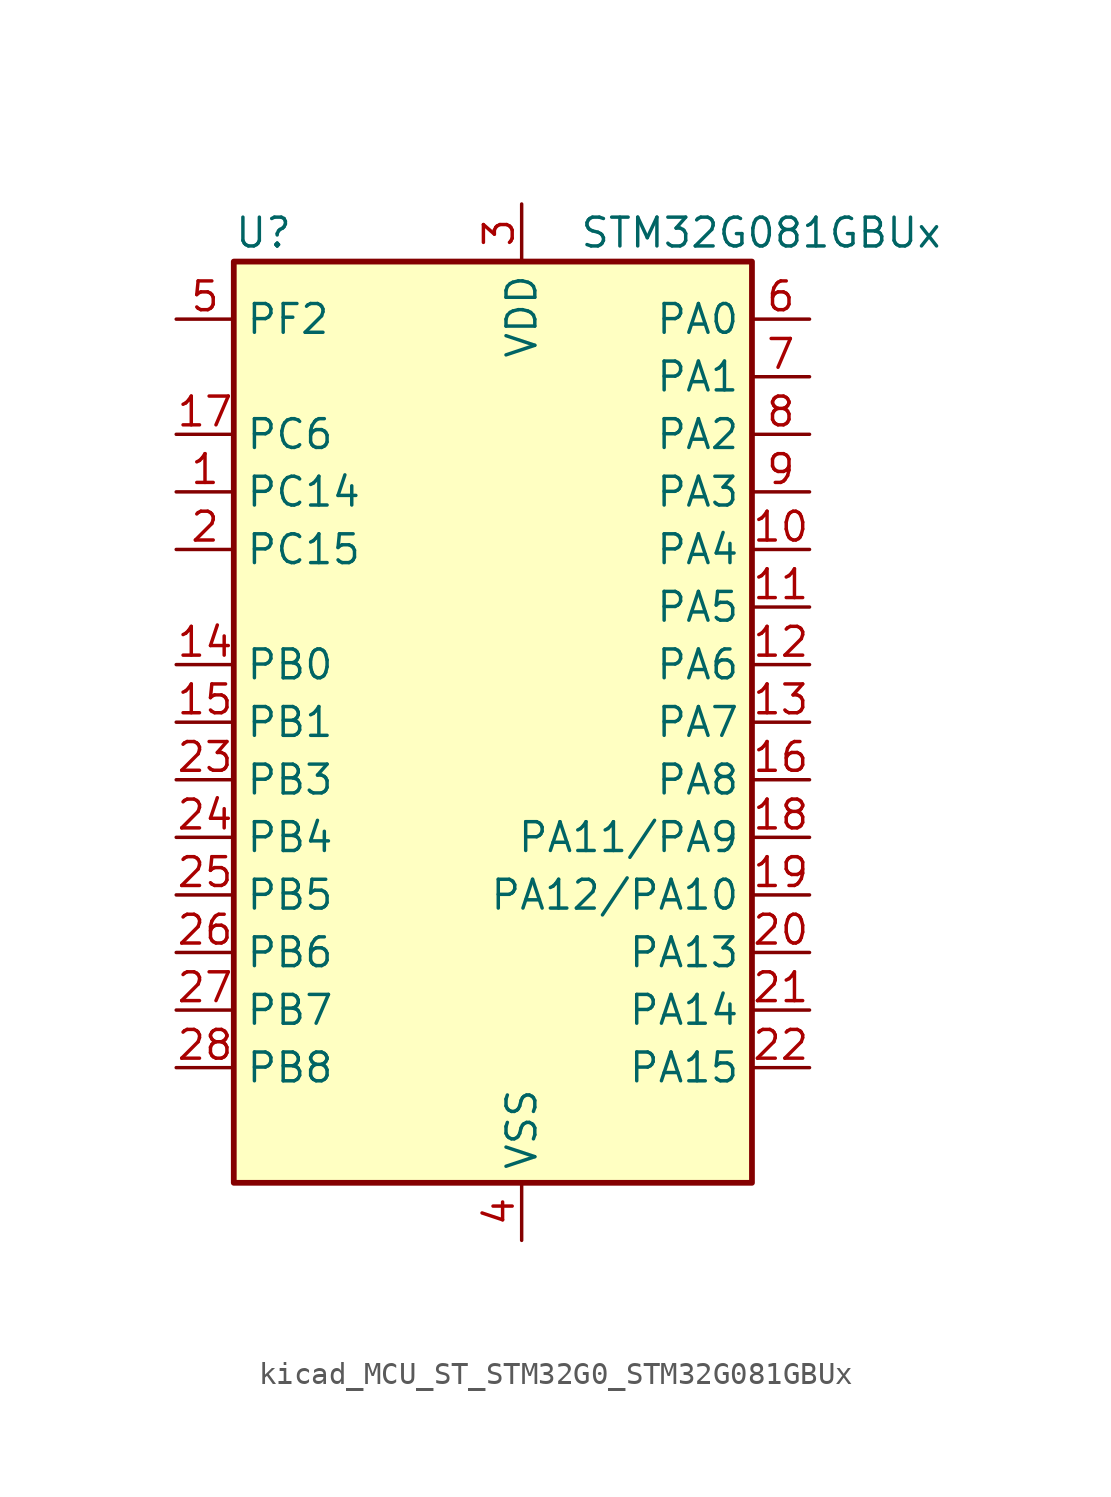
<source format=kicad_sym>
(kicad_symbol_lib
  (version 20220914)
  (generator kicad_symbol_editor)
  (symbol "kicad_MCU_ST_STM32G0_STM32G081GBUx"
    (property "Reference" "U"
      (at -10.16 21.59 0)
      (effects (font (size 1.27 1.27)) (justify left)))
    (property "Value" "STM32G081GBUx"
      (at 5.08 21.59 0)
      (effects (font (size 1.27 1.27)) (justify left)))
    (property "ki_locked" ""
      (at 0 0 0)
      (effects (font (size 1.27 1.27))))
    (symbol "kicad_MCU_ST_STM32G0_STM32G081GBUx_0_1"
      (rectangle (start -10.16 -20.32) (end 12.7 20.32) (stroke (width 0.254) (type default)) (fill (type background))))
    (symbol "kicad_MCU_ST_STM32G0_STM32G081GBUx_1_1"
      (pin bidirectional line (at -12.7 10.16 0) (length 2.54) (name "PC14" (effects (font (size 1.27 1.27)))) (number "1" (effects (font (size 1.27 1.27)))) (alternate "RCC_OSC32_IN" bidirectional line) (alternate "RCC_OSC_IN" bidirectional line) (alternate "TIM1_BK2" bidirectional line))
      (pin bidirectional line (at 15.24 7.62 180) (length 2.54) (name "PA4" (effects (font (size 1.27 1.27)))) (number "10" (effects (font (size 1.27 1.27)))) (alternate "ADC1_IN4" bidirectional line) (alternate "DAC1_OUT1" bidirectional line) (alternate "I2S1_WS" bidirectional line) (alternate "LPTIM2_OUT" bidirectional line) (alternate "RTC_OUT_ALARM" bidirectional line) (alternate "RTC_OUT_CALIB" bidirectional line) (alternate "RTC_TAMP_IN1" bidirectional line) (alternate "RTC_TS" bidirectional line) (alternate "SPI1_NSS" bidirectional line) (alternate "SPI2_MOSI" bidirectional line) (alternate "SYS_WKUP2" bidirectional line) (alternate "TIM14_CH1" bidirectional line))
      (pin bidirectional line (at 15.24 5.08 180) (length 2.54) (name "PA5" (effects (font (size 1.27 1.27)))) (number "11" (effects (font (size 1.27 1.27)))) (alternate "ADC1_IN5" bidirectional line) (alternate "CEC" bidirectional line) (alternate "DAC1_OUT2" bidirectional line) (alternate "I2S1_CK" bidirectional line) (alternate "LPTIM2_ETR" bidirectional line) (alternate "SPI1_SCK" bidirectional line) (alternate "TIM2_CH1" bidirectional line) (alternate "TIM2_ETR" bidirectional line) (alternate "UCPD1_FRSTX1" bidirectional line) (alternate "UCPD1_FRSTX2" bidirectional line) (alternate "USART3_TX" bidirectional line))
      (pin bidirectional line (at 15.24 2.54 180) (length 2.54) (name "PA6" (effects (font (size 1.27 1.27)))) (number "12" (effects (font (size 1.27 1.27)))) (alternate "ADC1_IN6" bidirectional line) (alternate "COMP1_OUT" bidirectional line) (alternate "I2S1_MCK" bidirectional line) (alternate "LPUART1_CTS" bidirectional line) (alternate "SPI1_MISO" bidirectional line) (alternate "TIM16_CH1" bidirectional line) (alternate "TIM1_BK" bidirectional line) (alternate "TIM3_CH1" bidirectional line) (alternate "USART3_CTS" bidirectional line) (alternate "USART3_NSS" bidirectional line))
      (pin bidirectional line (at 15.24 0 180) (length 2.54) (name "PA7" (effects (font (size 1.27 1.27)))) (number "13" (effects (font (size 1.27 1.27)))) (alternate "ADC1_IN7" bidirectional line) (alternate "COMP2_OUT" bidirectional line) (alternate "I2S1_SD" bidirectional line) (alternate "SPI1_MOSI" bidirectional line) (alternate "TIM14_CH1" bidirectional line) (alternate "TIM17_CH1" bidirectional line) (alternate "TIM1_CH1N" bidirectional line) (alternate "TIM3_CH2" bidirectional line) (alternate "UCPD1_FRSTX1" bidirectional line) (alternate "UCPD1_FRSTX2" bidirectional line))
      (pin bidirectional line (at -12.7 2.54 0) (length 2.54) (name "PB0" (effects (font (size 1.27 1.27)))) (number "14" (effects (font (size 1.27 1.27)))) (alternate "ADC1_IN8" bidirectional line) (alternate "COMP1_OUT" bidirectional line) (alternate "I2S1_WS" bidirectional line) (alternate "LPTIM1_OUT" bidirectional line) (alternate "SPI1_NSS" bidirectional line) (alternate "TIM1_CH2N" bidirectional line) (alternate "TIM3_CH3" bidirectional line) (alternate "UCPD1_FRSTX1" bidirectional line) (alternate "UCPD1_FRSTX2" bidirectional line) (alternate "USART3_RX" bidirectional line))
      (pin bidirectional line (at -12.7 0 0) (length 2.54) (name "PB1" (effects (font (size 1.27 1.27)))) (number "15" (effects (font (size 1.27 1.27)))) (alternate "ADC1_IN9" bidirectional line) (alternate "COMP1_INM" bidirectional line) (alternate "LPTIM2_IN1" bidirectional line) (alternate "LPUART1_DE" bidirectional line) (alternate "LPUART1_RTS" bidirectional line) (alternate "TIM14_CH1" bidirectional line) (alternate "TIM1_CH3N" bidirectional line) (alternate "TIM3_CH4" bidirectional line) (alternate "USART3_CK" bidirectional line) (alternate "USART3_DE" bidirectional line) (alternate "USART3_RTS" bidirectional line))
      (pin bidirectional line (at 15.24 -2.54 180) (length 2.54) (name "PA8" (effects (font (size 1.27 1.27)))) (number "16" (effects (font (size 1.27 1.27)))) (alternate "LPTIM2_OUT" bidirectional line) (alternate "RCC_MCO" bidirectional line) (alternate "SPI2_NSS" bidirectional line) (alternate "TIM1_CH1" bidirectional line) (alternate "UCPD1_CC1" bidirectional line))
      (pin bidirectional line (at -12.7 12.7 0) (length 2.54) (name "PC6" (effects (font (size 1.27 1.27)))) (number "17" (effects (font (size 1.27 1.27)))) (alternate "TIM2_CH3" bidirectional line) (alternate "TIM3_CH1" bidirectional line) (alternate "UCPD1_FRSTX1" bidirectional line) (alternate "UCPD1_FRSTX2" bidirectional line))
      (pin bidirectional line (at 15.24 -5.08 180) (length 2.54) (name "PA11/PA9" (effects (font (size 1.27 1.27)))) (number "18" (effects (font (size 1.27 1.27)))) (alternate "ADC1_EXTI11" bidirectional line) (alternate "COMP1_OUT" bidirectional line) (alternate "I2C2_SCL" bidirectional line) (alternate "I2S1_MCK" bidirectional line) (alternate "SPI1_MISO" bidirectional line) (alternate "TIM1_BK2" bidirectional line) (alternate "TIM1_CH4" bidirectional line) (alternate "USART1_CTS" bidirectional line) (alternate "USART1_NSS" bidirectional line))
      (pin bidirectional line (at 15.24 -7.62 180) (length 2.54) (name "PA12/PA10" (effects (font (size 1.27 1.27)))) (number "19" (effects (font (size 1.27 1.27)))) (alternate "COMP2_OUT" bidirectional line) (alternate "I2C2_SDA" bidirectional line) (alternate "I2S1_SD" bidirectional line) (alternate "I2S_CKIN" bidirectional line) (alternate "SPI1_MOSI" bidirectional line) (alternate "TIM1_ETR" bidirectional line) (alternate "USART1_CK" bidirectional line) (alternate "USART1_DE" bidirectional line) (alternate "USART1_RTS" bidirectional line))
      (pin bidirectional line (at -12.7 7.62 0) (length 2.54) (name "PC15" (effects (font (size 1.27 1.27)))) (number "2" (effects (font (size 1.27 1.27)))) (alternate "RCC_OSC32_EN" bidirectional line) (alternate "RCC_OSC32_OUT" bidirectional line) (alternate "RCC_OSC_EN" bidirectional line) (alternate "TIM15_BK" bidirectional line))
      (pin bidirectional line (at 15.24 -10.16 180) (length 2.54) (name "PA13" (effects (font (size 1.27 1.27)))) (number "20" (effects (font (size 1.27 1.27)))) (alternate "IR_OUT" bidirectional line) (alternate "SYS_SWDIO" bidirectional line))
      (pin bidirectional line (at 15.24 -12.7 180) (length 2.54) (name "PA14" (effects (font (size 1.27 1.27)))) (number "21" (effects (font (size 1.27 1.27)))) (alternate "SYS_SWCLK" bidirectional line) (alternate "USART2_TX" bidirectional line))
      (pin bidirectional line (at 15.24 -15.24 180) (length 2.54) (name "PA15" (effects (font (size 1.27 1.27)))) (number "22" (effects (font (size 1.27 1.27)))) (alternate "I2S1_WS" bidirectional line) (alternate "SPI1_NSS" bidirectional line) (alternate "TIM2_CH1" bidirectional line) (alternate "TIM2_ETR" bidirectional line) (alternate "USART2_RX" bidirectional line) (alternate "USART3_CK" bidirectional line) (alternate "USART3_DE" bidirectional line) (alternate "USART3_RTS" bidirectional line) (alternate "USART4_CK" bidirectional line) (alternate "USART4_DE" bidirectional line) (alternate "USART4_RTS" bidirectional line))
      (pin bidirectional line (at -12.7 -2.54 0) (length 2.54) (name "PB3" (effects (font (size 1.27 1.27)))) (number "23" (effects (font (size 1.27 1.27)))) (alternate "COMP2_INM" bidirectional line) (alternate "I2S1_CK" bidirectional line) (alternate "SPI1_SCK" bidirectional line) (alternate "TIM1_CH2" bidirectional line) (alternate "TIM2_CH2" bidirectional line) (alternate "USART1_CK" bidirectional line) (alternate "USART1_DE" bidirectional line) (alternate "USART1_RTS" bidirectional line))
      (pin bidirectional line (at -12.7 -5.08 0) (length 2.54) (name "PB4" (effects (font (size 1.27 1.27)))) (number "24" (effects (font (size 1.27 1.27)))) (alternate "COMP2_INP" bidirectional line) (alternate "I2S1_MCK" bidirectional line) (alternate "SPI1_MISO" bidirectional line) (alternate "TIM17_BK" bidirectional line) (alternate "TIM3_CH1" bidirectional line) (alternate "USART1_CTS" bidirectional line) (alternate "USART1_NSS" bidirectional line))
      (pin bidirectional line (at -12.7 -7.62 0) (length 2.54) (name "PB5" (effects (font (size 1.27 1.27)))) (number "25" (effects (font (size 1.27 1.27)))) (alternate "COMP2_OUT" bidirectional line) (alternate "I2C1_SMBA" bidirectional line) (alternate "I2S1_SD" bidirectional line) (alternate "LPTIM1_IN1" bidirectional line) (alternate "SPI1_MOSI" bidirectional line) (alternate "SYS_WKUP6" bidirectional line) (alternate "TIM16_BK" bidirectional line) (alternate "TIM3_CH2" bidirectional line))
      (pin bidirectional line (at -12.7 -10.16 0) (length 2.54) (name "PB6" (effects (font (size 1.27 1.27)))) (number "26" (effects (font (size 1.27 1.27)))) (alternate "COMP2_INP" bidirectional line) (alternate "I2C1_SCL" bidirectional line) (alternate "LPTIM1_ETR" bidirectional line) (alternate "SPI2_MISO" bidirectional line) (alternate "TIM16_CH1N" bidirectional line) (alternate "TIM1_CH3" bidirectional line) (alternate "USART1_TX" bidirectional line))
      (pin bidirectional line (at -12.7 -12.7 0) (length 2.54) (name "PB7" (effects (font (size 1.27 1.27)))) (number "27" (effects (font (size 1.27 1.27)))) (alternate "COMP2_INM" bidirectional line) (alternate "I2C1_SDA" bidirectional line) (alternate "LPTIM1_IN2" bidirectional line) (alternate "SPI2_MOSI" bidirectional line) (alternate "SYS_PVD_IN" bidirectional line) (alternate "TIM17_CH1N" bidirectional line) (alternate "USART1_RX" bidirectional line) (alternate "USART4_CTS" bidirectional line) (alternate "USART4_NSS" bidirectional line))
      (pin bidirectional line (at -12.7 -15.24 0) (length 2.54) (name "PB8" (effects (font (size 1.27 1.27)))) (number "28" (effects (font (size 1.27 1.27)))) (alternate "CEC" bidirectional line) (alternate "I2C1_SCL" bidirectional line) (alternate "SPI2_SCK" bidirectional line) (alternate "TIM15_BK" bidirectional line) (alternate "TIM16_CH1" bidirectional line) (alternate "USART3_TX" bidirectional line))
      (pin power_in line (at 2.54 22.86 270) (length 2.54) (name "VDD" (effects (font (size 1.27 1.27)))) (number "3" (effects (font (size 1.27 1.27)))))
      (pin power_in line (at 2.54 -22.86 90) (length 2.54) (name "VSS" (effects (font (size 1.27 1.27)))) (number "4" (effects (font (size 1.27 1.27)))))
      (pin bidirectional line (at -12.7 17.78 0) (length 2.54) (name "PF2" (effects (font (size 1.27 1.27)))) (number "5" (effects (font (size 1.27 1.27)))) (alternate "RCC_MCO" bidirectional line))
      (pin bidirectional line (at 15.24 17.78 180) (length 2.54) (name "PA0" (effects (font (size 1.27 1.27)))) (number "6" (effects (font (size 1.27 1.27)))) (alternate "ADC1_IN0" bidirectional line) (alternate "COMP1_INM" bidirectional line) (alternate "COMP1_OUT" bidirectional line) (alternate "LPTIM1_OUT" bidirectional line) (alternate "RTC_TAMP_IN2" bidirectional line) (alternate "SPI2_SCK" bidirectional line) (alternate "SYS_WKUP1" bidirectional line) (alternate "TIM2_CH1" bidirectional line) (alternate "TIM2_ETR" bidirectional line) (alternate "USART2_CTS" bidirectional line) (alternate "USART2_NSS" bidirectional line) (alternate "USART4_TX" bidirectional line))
      (pin bidirectional line (at 15.24 15.24 180) (length 2.54) (name "PA1" (effects (font (size 1.27 1.27)))) (number "7" (effects (font (size 1.27 1.27)))) (alternate "ADC1_IN1" bidirectional line) (alternate "COMP1_INP" bidirectional line) (alternate "I2C1_SMBA" bidirectional line) (alternate "I2S1_CK" bidirectional line) (alternate "SPI1_SCK" bidirectional line) (alternate "TIM15_CH1N" bidirectional line) (alternate "TIM2_CH2" bidirectional line) (alternate "USART2_CK" bidirectional line) (alternate "USART2_DE" bidirectional line) (alternate "USART2_RTS" bidirectional line) (alternate "USART4_RX" bidirectional line))
      (pin bidirectional line (at 15.24 12.7 180) (length 2.54) (name "PA2" (effects (font (size 1.27 1.27)))) (number "8" (effects (font (size 1.27 1.27)))) (alternate "ADC1_IN2" bidirectional line) (alternate "COMP2_INM" bidirectional line) (alternate "COMP2_OUT" bidirectional line) (alternate "I2S1_SD" bidirectional line) (alternate "LPUART1_TX" bidirectional line) (alternate "RCC_LSCO" bidirectional line) (alternate "SPI1_MOSI" bidirectional line) (alternate "SYS_WKUP4" bidirectional line) (alternate "TIM15_CH1" bidirectional line) (alternate "TIM2_CH3" bidirectional line) (alternate "UCPD1_FRSTX1" bidirectional line) (alternate "UCPD1_FRSTX2" bidirectional line) (alternate "USART2_TX" bidirectional line))
      (pin bidirectional line (at 15.24 10.16 180) (length 2.54) (name "PA3" (effects (font (size 1.27 1.27)))) (number "9" (effects (font (size 1.27 1.27)))) (alternate "ADC1_IN3" bidirectional line) (alternate "COMP2_INP" bidirectional line) (alternate "LPUART1_RX" bidirectional line) (alternate "SPI2_MISO" bidirectional line) (alternate "TIM15_CH2" bidirectional line) (alternate "TIM2_CH4" bidirectional line) (alternate "USART2_RX" bidirectional line)))))
</source>
